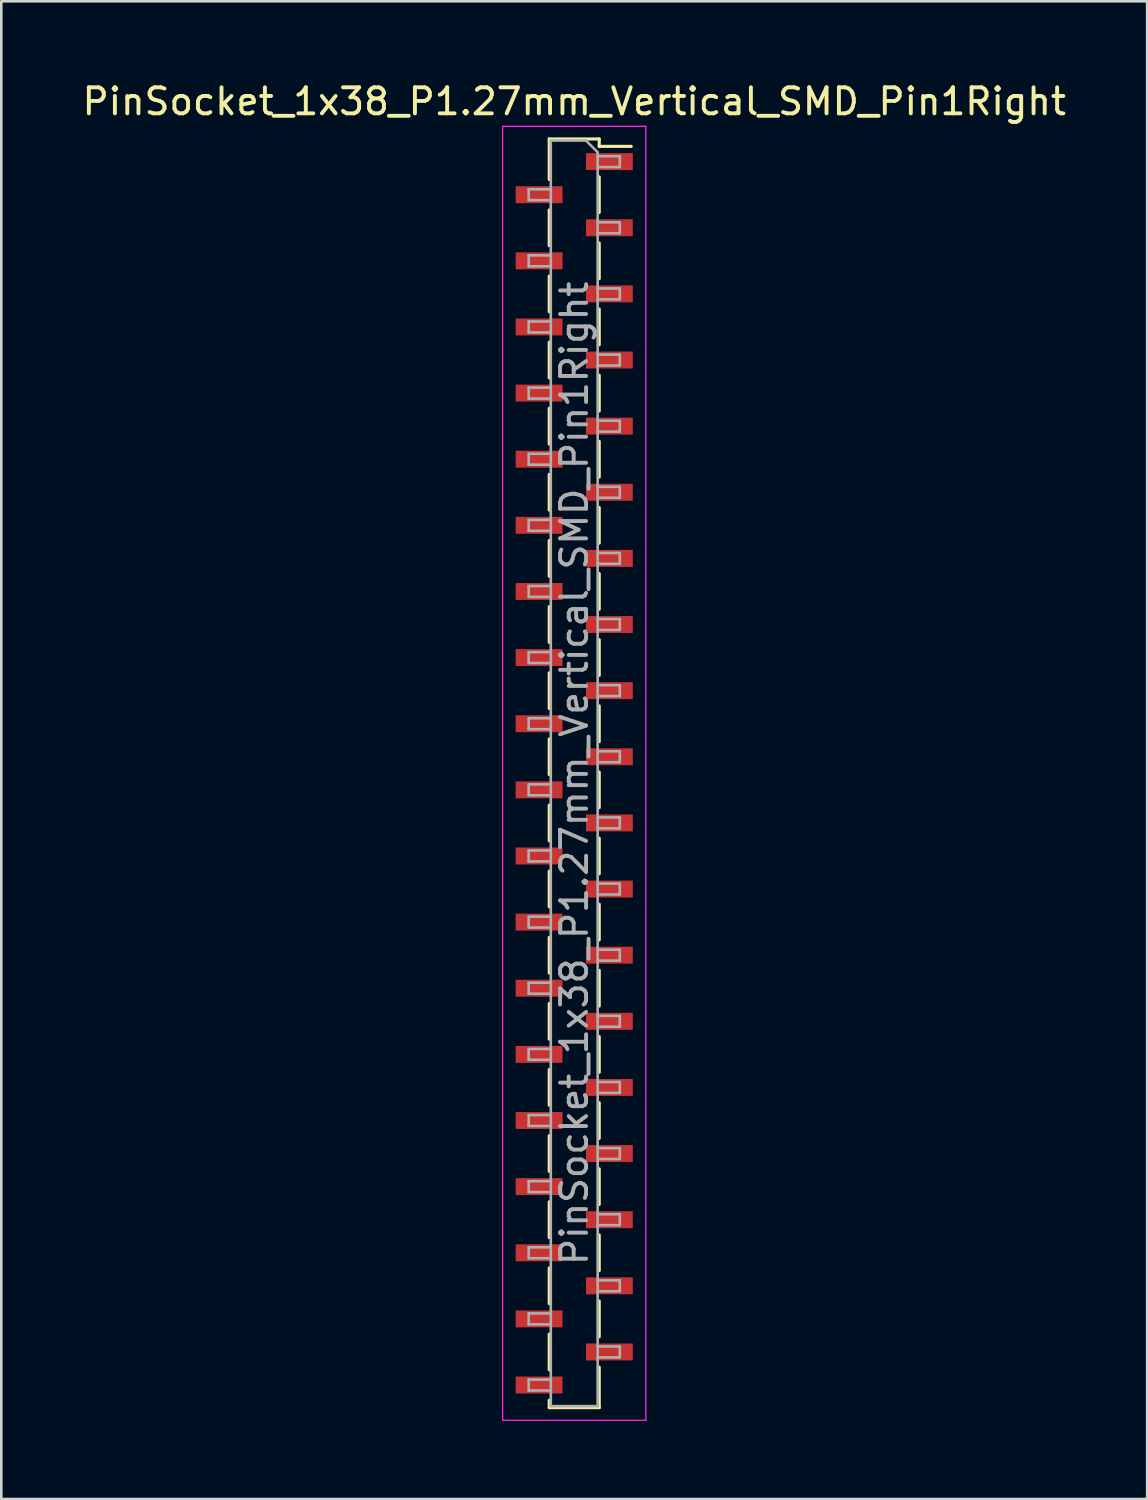
<source format=kicad_pcb>
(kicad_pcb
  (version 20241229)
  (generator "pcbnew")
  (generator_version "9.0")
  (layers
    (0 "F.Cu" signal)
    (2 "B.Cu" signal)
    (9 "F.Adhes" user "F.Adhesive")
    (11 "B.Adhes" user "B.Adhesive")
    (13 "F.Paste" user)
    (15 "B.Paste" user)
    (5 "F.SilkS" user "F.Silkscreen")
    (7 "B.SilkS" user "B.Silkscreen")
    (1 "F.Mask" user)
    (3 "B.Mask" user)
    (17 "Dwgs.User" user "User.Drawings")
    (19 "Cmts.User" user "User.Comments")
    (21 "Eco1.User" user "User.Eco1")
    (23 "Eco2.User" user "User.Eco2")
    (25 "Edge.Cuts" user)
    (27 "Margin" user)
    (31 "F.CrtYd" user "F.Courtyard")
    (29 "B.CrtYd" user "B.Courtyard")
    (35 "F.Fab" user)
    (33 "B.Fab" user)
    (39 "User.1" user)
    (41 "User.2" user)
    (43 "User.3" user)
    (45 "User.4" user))
  (footprint "PinSocket_1x38_P1.27mm_Vertical_SMD_Pin1Right"
    (layer "F.Cu")
    (at 19.006 26.653)
    (property "Reference" "PinSocket_1x38_P1.27mm_Vertical_SMD_Pin1Right" (at 0 -25.805 0) (layer "F.SilkS") (effects (font (size 1 1) (thickness 0.15))))
    (attr smd)
    (fp_line (start -0.96 -24.365) (end -0.96 -22.81) (stroke (width 0.12) (type solid)) (layer "F.SilkS"))
    (fp_line (start -0.96 -24.365) (end 0.96 -24.365) (stroke (width 0.12) (type solid)) (layer "F.SilkS"))
    (fp_line (start -0.96 -21.64) (end -0.96 -20.27) (stroke (width 0.12) (type solid)) (layer "F.SilkS"))
    (fp_line (start -0.96 -19.1) (end -0.96 -17.73) (stroke (width 0.12) (type solid)) (layer "F.SilkS"))
    (fp_line (start -0.96 -16.56) (end -0.96 -15.19) (stroke (width 0.12) (type solid)) (layer "F.SilkS"))
    (fp_line (start -0.96 -14.02) (end -0.96 -12.65) (stroke (width 0.12) (type solid)) (layer "F.SilkS"))
    (fp_line (start -0.96 -11.48) (end -0.96 -10.11) (stroke (width 0.12) (type solid)) (layer "F.SilkS"))
    (fp_line (start -0.96 -8.94) (end -0.96 -7.57) (stroke (width 0.12) (type solid)) (layer "F.SilkS"))
    (fp_line (start -0.96 -6.4) (end -0.96 -5.03) (stroke (width 0.12) (type solid)) (layer "F.SilkS"))
    (fp_line (start -0.96 -3.86) (end -0.96 -2.49) (stroke (width 0.12) (type solid)) (layer "F.SilkS"))
    (fp_line (start -0.96 -1.32) (end -0.96 0.05) (stroke (width 0.12) (type solid)) (layer "F.SilkS"))
    (fp_line (start -0.96 1.22) (end -0.96 2.59) (stroke (width 0.12) (type solid)) (layer "F.SilkS"))
    (fp_line (start -0.96 3.76) (end -0.96 5.13) (stroke (width 0.12) (type solid)) (layer "F.SilkS"))
    (fp_line (start -0.96 6.3) (end -0.96 7.67) (stroke (width 0.12) (type solid)) (layer "F.SilkS"))
    (fp_line (start -0.96 8.84) (end -0.96 10.21) (stroke (width 0.12) (type solid)) (layer "F.SilkS"))
    (fp_line (start -0.96 11.38) (end -0.96 12.75) (stroke (width 0.12) (type solid)) (layer "F.SilkS"))
    (fp_line (start -0.96 13.92) (end -0.96 15.29) (stroke (width 0.12) (type solid)) (layer "F.SilkS"))
    (fp_line (start -0.96 16.46) (end -0.96 17.83) (stroke (width 0.12) (type solid)) (layer "F.SilkS"))
    (fp_line (start -0.96 19) (end -0.96 20.37) (stroke (width 0.12) (type solid)) (layer "F.SilkS"))
    (fp_line (start -0.96 21.54) (end -0.96 22.91) (stroke (width 0.12) (type solid)) (layer "F.SilkS"))
    (fp_line (start -0.96 24.08) (end -0.96 24.365) (stroke (width 0.12) (type solid)) (layer "F.SilkS"))
    (fp_line (start -0.96 24.365) (end 0.96 24.365) (stroke (width 0.12) (type solid)) (layer "F.SilkS"))
    (fp_line (start 0.96 -24.365) (end 0.96 -24.08) (stroke (width 0.12) (type solid)) (layer "F.SilkS"))
    (fp_line (start 0.96 -24.08) (end 2.19 -24.08) (stroke (width 0.12) (type solid)) (layer "F.SilkS"))
    (fp_line (start 0.96 -22.91) (end 0.96 -21.54) (stroke (width 0.12) (type solid)) (layer "F.SilkS"))
    (fp_line (start 0.96 -20.37) (end 0.96 -19) (stroke (width 0.12) (type solid)) (layer "F.SilkS"))
    (fp_line (start 0.96 -17.83) (end 0.96 -16.46) (stroke (width 0.12) (type solid)) (layer "F.SilkS"))
    (fp_line (start 0.96 -15.29) (end 0.96 -13.92) (stroke (width 0.12) (type solid)) (layer "F.SilkS"))
    (fp_line (start 0.96 -12.75) (end 0.96 -11.38) (stroke (width 0.12) (type solid)) (layer "F.SilkS"))
    (fp_line (start 0.96 -10.21) (end 0.96 -8.84) (stroke (width 0.12) (type solid)) (layer "F.SilkS"))
    (fp_line (start 0.96 -7.67) (end 0.96 -6.3) (stroke (width 0.12) (type solid)) (layer "F.SilkS"))
    (fp_line (start 0.96 -5.13) (end 0.96 -3.76) (stroke (width 0.12) (type solid)) (layer "F.SilkS"))
    (fp_line (start 0.96 -2.59) (end 0.96 -1.22) (stroke (width 0.12) (type solid)) (layer "F.SilkS"))
    (fp_line (start 0.96 -0.05) (end 0.96 1.32) (stroke (width 0.12) (type solid)) (layer "F.SilkS"))
    (fp_line (start 0.96 2.49) (end 0.96 3.86) (stroke (width 0.12) (type solid)) (layer "F.SilkS"))
    (fp_line (start 0.96 5.03) (end 0.96 6.4) (stroke (width 0.12) (type solid)) (layer "F.SilkS"))
    (fp_line (start 0.96 7.57) (end 0.96 8.94) (stroke (width 0.12) (type solid)) (layer "F.SilkS"))
    (fp_line (start 0.96 10.11) (end 0.96 11.48) (stroke (width 0.12) (type solid)) (layer "F.SilkS"))
    (fp_line (start 0.96 12.65) (end 0.96 14.02) (stroke (width 0.12) (type solid)) (layer "F.SilkS"))
    (fp_line (start 0.96 15.19) (end 0.96 16.56) (stroke (width 0.12) (type solid)) (layer "F.SilkS"))
    (fp_line (start 0.96 17.73) (end 0.96 19.1) (stroke (width 0.12) (type solid)) (layer "F.SilkS"))
    (fp_line (start 0.96 20.27) (end 0.96 21.64) (stroke (width 0.12) (type solid)) (layer "F.SilkS"))
    (fp_line (start 0.96 22.81) (end 0.96 24.365) (stroke (width 0.12) (type solid)) (layer "F.SilkS"))
    (fp_line (start -2.75 -24.85) (end 2.75 -24.85) (stroke (width 0.05) (type solid)) (layer "F.CrtYd"))
    (fp_line (start -2.75 24.85) (end -2.75 -24.85) (stroke (width 0.05) (type solid)) (layer "F.CrtYd"))
    (fp_line (start 2.75 -24.85) (end 2.75 24.85) (stroke (width 0.05) (type solid)) (layer "F.CrtYd"))
    (fp_line (start 2.75 24.85) (end -2.75 24.85) (stroke (width 0.05) (type solid)) (layer "F.CrtYd"))
    (fp_line (start -1.75 -22.435) (end -0.9 -22.435) (stroke (width 0.1) (type solid)) (layer "F.Fab"))
    (fp_line (start -1.75 -22.015) (end -1.75 -22.435) (stroke (width 0.1) (type solid)) (layer "F.Fab"))
    (fp_line (start -1.75 -19.895) (end -0.9 -19.895) (stroke (width 0.1) (type solid)) (layer "F.Fab"))
    (fp_line (start -1.75 -19.475) (end -1.75 -19.895) (stroke (width 0.1) (type solid)) (layer "F.Fab"))
    (fp_line (start -1.75 -17.355) (end -0.9 -17.355) (stroke (width 0.1) (type solid)) (layer "F.Fab"))
    (fp_line (start -1.75 -16.935) (end -1.75 -17.355) (stroke (width 0.1) (type solid)) (layer "F.Fab"))
    (fp_line (start -1.75 -14.815) (end -0.9 -14.815) (stroke (width 0.1) (type solid)) (layer "F.Fab"))
    (fp_line (start -1.75 -14.395) (end -1.75 -14.815) (stroke (width 0.1) (type solid)) (layer "F.Fab"))
    (fp_line (start -1.75 -12.275) (end -0.9 -12.275) (stroke (width 0.1) (type solid)) (layer "F.Fab"))
    (fp_line (start -1.75 -11.855) (end -1.75 -12.275) (stroke (width 0.1) (type solid)) (layer "F.Fab"))
    (fp_line (start -1.75 -9.735) (end -0.9 -9.735) (stroke (width 0.1) (type solid)) (layer "F.Fab"))
    (fp_line (start -1.75 -9.315) (end -1.75 -9.735) (stroke (width 0.1) (type solid)) (layer "F.Fab"))
    (fp_line (start -1.75 -7.195) (end -0.9 -7.195) (stroke (width 0.1) (type solid)) (layer "F.Fab"))
    (fp_line (start -1.75 -6.775) (end -1.75 -7.195) (stroke (width 0.1) (type solid)) (layer "F.Fab"))
    (fp_line (start -1.75 -4.655) (end -0.9 -4.655) (stroke (width 0.1) (type solid)) (layer "F.Fab"))
    (fp_line (start -1.75 -4.235) (end -1.75 -4.655) (stroke (width 0.1) (type solid)) (layer "F.Fab"))
    (fp_line (start -1.75 -2.115) (end -0.9 -2.115) (stroke (width 0.1) (type solid)) (layer "F.Fab"))
    (fp_line (start -1.75 -1.695) (end -1.75 -2.115) (stroke (width 0.1) (type solid)) (layer "F.Fab"))
    (fp_line (start -1.75 0.425) (end -0.9 0.425) (stroke (width 0.1) (type solid)) (layer "F.Fab"))
    (fp_line (start -1.75 0.845) (end -1.75 0.425) (stroke (width 0.1) (type solid)) (layer "F.Fab"))
    (fp_line (start -1.75 2.965) (end -0.9 2.965) (stroke (width 0.1) (type solid)) (layer "F.Fab"))
    (fp_line (start -1.75 3.385) (end -1.75 2.965) (stroke (width 0.1) (type solid)) (layer "F.Fab"))
    (fp_line (start -1.75 5.505) (end -0.9 5.505) (stroke (width 0.1) (type solid)) (layer "F.Fab"))
    (fp_line (start -1.75 5.925) (end -1.75 5.505) (stroke (width 0.1) (type solid)) (layer "F.Fab"))
    (fp_line (start -1.75 8.045) (end -0.9 8.045) (stroke (width 0.1) (type solid)) (layer "F.Fab"))
    (fp_line (start -1.75 8.465) (end -1.75 8.045) (stroke (width 0.1) (type solid)) (layer "F.Fab"))
    (fp_line (start -1.75 10.585) (end -0.9 10.585) (stroke (width 0.1) (type solid)) (layer "F.Fab"))
    (fp_line (start -1.75 11.005) (end -1.75 10.585) (stroke (width 0.1) (type solid)) (layer "F.Fab"))
    (fp_line (start -1.75 13.125) (end -0.9 13.125) (stroke (width 0.1) (type solid)) (layer "F.Fab"))
    (fp_line (start -1.75 13.545) (end -1.75 13.125) (stroke (width 0.1) (type solid)) (layer "F.Fab"))
    (fp_line (start -1.75 15.665) (end -0.9 15.665) (stroke (width 0.1) (type solid)) (layer "F.Fab"))
    (fp_line (start -1.75 16.085) (end -1.75 15.665) (stroke (width 0.1) (type solid)) (layer "F.Fab"))
    (fp_line (start -1.75 18.205) (end -0.9 18.205) (stroke (width 0.1) (type solid)) (layer "F.Fab"))
    (fp_line (start -1.75 18.625) (end -1.75 18.205) (stroke (width 0.1) (type solid)) (layer "F.Fab"))
    (fp_line (start -1.75 20.745) (end -0.9 20.745) (stroke (width 0.1) (type solid)) (layer "F.Fab"))
    (fp_line (start -1.75 21.165) (end -1.75 20.745) (stroke (width 0.1) (type solid)) (layer "F.Fab"))
    (fp_line (start -1.75 23.285) (end -0.9 23.285) (stroke (width 0.1) (type solid)) (layer "F.Fab"))
    (fp_line (start -1.75 23.705) (end -1.75 23.285) (stroke (width 0.1) (type solid)) (layer "F.Fab"))
    (fp_line (start -0.9 -24.305) (end 0.45 -24.305) (stroke (width 0.1) (type solid)) (layer "F.Fab"))
    (fp_line (start -0.9 -22.015) (end -1.75 -22.015) (stroke (width 0.1) (type solid)) (layer "F.Fab"))
    (fp_line (start -0.9 -19.475) (end -1.75 -19.475) (stroke (width 0.1) (type solid)) (layer "F.Fab"))
    (fp_line (start -0.9 -16.935) (end -1.75 -16.935) (stroke (width 0.1) (type solid)) (layer "F.Fab"))
    (fp_line (start -0.9 -14.395) (end -1.75 -14.395) (stroke (width 0.1) (type solid)) (layer "F.Fab"))
    (fp_line (start -0.9 -11.855) (end -1.75 -11.855) (stroke (width 0.1) (type solid)) (layer "F.Fab"))
    (fp_line (start -0.9 -9.315) (end -1.75 -9.315) (stroke (width 0.1) (type solid)) (layer "F.Fab"))
    (fp_line (start -0.9 -6.775) (end -1.75 -6.775) (stroke (width 0.1) (type solid)) (layer "F.Fab"))
    (fp_line (start -0.9 -4.235) (end -1.75 -4.235) (stroke (width 0.1) (type solid)) (layer "F.Fab"))
    (fp_line (start -0.9 -1.695) (end -1.75 -1.695) (stroke (width 0.1) (type solid)) (layer "F.Fab"))
    (fp_line (start -0.9 0.845) (end -1.75 0.845) (stroke (width 0.1) (type solid)) (layer "F.Fab"))
    (fp_line (start -0.9 3.385) (end -1.75 3.385) (stroke (width 0.1) (type solid)) (layer "F.Fab"))
    (fp_line (start -0.9 5.925) (end -1.75 5.925) (stroke (width 0.1) (type solid)) (layer "F.Fab"))
    (fp_line (start -0.9 8.465) (end -1.75 8.465) (stroke (width 0.1) (type solid)) (layer "F.Fab"))
    (fp_line (start -0.9 11.005) (end -1.75 11.005) (stroke (width 0.1) (type solid)) (layer "F.Fab"))
    (fp_line (start -0.9 13.545) (end -1.75 13.545) (stroke (width 0.1) (type solid)) (layer "F.Fab"))
    (fp_line (start -0.9 16.085) (end -1.75 16.085) (stroke (width 0.1) (type solid)) (layer "F.Fab"))
    (fp_line (start -0.9 18.625) (end -1.75 18.625) (stroke (width 0.1) (type solid)) (layer "F.Fab"))
    (fp_line (start -0.9 21.165) (end -1.75 21.165) (stroke (width 0.1) (type solid)) (layer "F.Fab"))
    (fp_line (start -0.9 23.705) (end -1.75 23.705) (stroke (width 0.1) (type solid)) (layer "F.Fab"))
    (fp_line (start -0.9 24.305) (end -0.9 -24.305) (stroke (width 0.1) (type solid)) (layer "F.Fab"))
    (fp_line (start 0.45 -24.305) (end 0.9 -23.855) (stroke (width 0.1) (type solid)) (layer "F.Fab"))
    (fp_line (start 0.9 -23.855) (end 0.9 24.305) (stroke (width 0.1) (type solid)) (layer "F.Fab"))
    (fp_line (start 0.9 -23.705) (end 1.75 -23.705) (stroke (width 0.1) (type solid)) (layer "F.Fab"))
    (fp_line (start 0.9 -21.165) (end 1.75 -21.165) (stroke (width 0.1) (type solid)) (layer "F.Fab"))
    (fp_line (start 0.9 -18.625) (end 1.75 -18.625) (stroke (width 0.1) (type solid)) (layer "F.Fab"))
    (fp_line (start 0.9 -16.085) (end 1.75 -16.085) (stroke (width 0.1) (type solid)) (layer "F.Fab"))
    (fp_line (start 0.9 -13.545) (end 1.75 -13.545) (stroke (width 0.1) (type solid)) (layer "F.Fab"))
    (fp_line (start 0.9 -11.005) (end 1.75 -11.005) (stroke (width 0.1) (type solid)) (layer "F.Fab"))
    (fp_line (start 0.9 -8.465) (end 1.75 -8.465) (stroke (width 0.1) (type solid)) (layer "F.Fab"))
    (fp_line (start 0.9 -5.925) (end 1.75 -5.925) (stroke (width 0.1) (type solid)) (layer "F.Fab"))
    (fp_line (start 0.9 -3.385) (end 1.75 -3.385) (stroke (width 0.1) (type solid)) (layer "F.Fab"))
    (fp_line (start 0.9 -0.845) (end 1.75 -0.845) (stroke (width 0.1) (type solid)) (layer "F.Fab"))
    (fp_line (start 0.9 1.695) (end 1.75 1.695) (stroke (width 0.1) (type solid)) (layer "F.Fab"))
    (fp_line (start 0.9 4.235) (end 1.75 4.235) (stroke (width 0.1) (type solid)) (layer "F.Fab"))
    (fp_line (start 0.9 6.775) (end 1.75 6.775) (stroke (width 0.1) (type solid)) (layer "F.Fab"))
    (fp_line (start 0.9 9.315) (end 1.75 9.315) (stroke (width 0.1) (type solid)) (layer "F.Fab"))
    (fp_line (start 0.9 11.855) (end 1.75 11.855) (stroke (width 0.1) (type solid)) (layer "F.Fab"))
    (fp_line (start 0.9 14.395) (end 1.75 14.395) (stroke (width 0.1) (type solid)) (layer "F.Fab"))
    (fp_line (start 0.9 16.935) (end 1.75 16.935) (stroke (width 0.1) (type solid)) (layer "F.Fab"))
    (fp_line (start 0.9 19.475) (end 1.75 19.475) (stroke (width 0.1) (type solid)) (layer "F.Fab"))
    (fp_line (start 0.9 22.015) (end 1.75 22.015) (stroke (width 0.1) (type solid)) (layer "F.Fab"))
    (fp_line (start 0.9 24.305) (end -0.9 24.305) (stroke (width 0.1) (type solid)) (layer "F.Fab"))
    (fp_line (start 1.75 -23.705) (end 1.75 -23.285) (stroke (width 0.1) (type solid)) (layer "F.Fab"))
    (fp_line (start 1.75 -23.285) (end 0.9 -23.285) (stroke (width 0.1) (type solid)) (layer "F.Fab"))
    (fp_line (start 1.75 -21.165) (end 1.75 -20.745) (stroke (width 0.1) (type solid)) (layer "F.Fab"))
    (fp_line (start 1.75 -20.745) (end 0.9 -20.745) (stroke (width 0.1) (type solid)) (layer "F.Fab"))
    (fp_line (start 1.75 -18.625) (end 1.75 -18.205) (stroke (width 0.1) (type solid)) (layer "F.Fab"))
    (fp_line (start 1.75 -18.205) (end 0.9 -18.205) (stroke (width 0.1) (type solid)) (layer "F.Fab"))
    (fp_line (start 1.75 -16.085) (end 1.75 -15.665) (stroke (width 0.1) (type solid)) (layer "F.Fab"))
    (fp_line (start 1.75 -15.665) (end 0.9 -15.665) (stroke (width 0.1) (type solid)) (layer "F.Fab"))
    (fp_line (start 1.75 -13.545) (end 1.75 -13.125) (stroke (width 0.1) (type solid)) (layer "F.Fab"))
    (fp_line (start 1.75 -13.125) (end 0.9 -13.125) (stroke (width 0.1) (type solid)) (layer "F.Fab"))
    (fp_line (start 1.75 -11.005) (end 1.75 -10.585) (stroke (width 0.1) (type solid)) (layer "F.Fab"))
    (fp_line (start 1.75 -10.585) (end 0.9 -10.585) (stroke (width 0.1) (type solid)) (layer "F.Fab"))
    (fp_line (start 1.75 -8.465) (end 1.75 -8.045) (stroke (width 0.1) (type solid)) (layer "F.Fab"))
    (fp_line (start 1.75 -8.045) (end 0.9 -8.045) (stroke (width 0.1) (type solid)) (layer "F.Fab"))
    (fp_line (start 1.75 -5.925) (end 1.75 -5.505) (stroke (width 0.1) (type solid)) (layer "F.Fab"))
    (fp_line (start 1.75 -5.505) (end 0.9 -5.505) (stroke (width 0.1) (type solid)) (layer "F.Fab"))
    (fp_line (start 1.75 -3.385) (end 1.75 -2.965) (stroke (width 0.1) (type solid)) (layer "F.Fab"))
    (fp_line (start 1.75 -2.965) (end 0.9 -2.965) (stroke (width 0.1) (type solid)) (layer "F.Fab"))
    (fp_line (start 1.75 -0.845) (end 1.75 -0.425) (stroke (width 0.1) (type solid)) (layer "F.Fab"))
    (fp_line (start 1.75 -0.425) (end 0.9 -0.425) (stroke (width 0.1) (type solid)) (layer "F.Fab"))
    (fp_line (start 1.75 1.695) (end 1.75 2.115) (stroke (width 0.1) (type solid)) (layer "F.Fab"))
    (fp_line (start 1.75 2.115) (end 0.9 2.115) (stroke (width 0.1) (type solid)) (layer "F.Fab"))
    (fp_line (start 1.75 4.235) (end 1.75 4.655) (stroke (width 0.1) (type solid)) (layer "F.Fab"))
    (fp_line (start 1.75 4.655) (end 0.9 4.655) (stroke (width 0.1) (type solid)) (layer "F.Fab"))
    (fp_line (start 1.75 6.775) (end 1.75 7.195) (stroke (width 0.1) (type solid)) (layer "F.Fab"))
    (fp_line (start 1.75 7.195) (end 0.9 7.195) (stroke (width 0.1) (type solid)) (layer "F.Fab"))
    (fp_line (start 1.75 9.315) (end 1.75 9.735) (stroke (width 0.1) (type solid)) (layer "F.Fab"))
    (fp_line (start 1.75 9.735) (end 0.9 9.735) (stroke (width 0.1) (type solid)) (layer "F.Fab"))
    (fp_line (start 1.75 11.855) (end 1.75 12.275) (stroke (width 0.1) (type solid)) (layer "F.Fab"))
    (fp_line (start 1.75 12.275) (end 0.9 12.275) (stroke (width 0.1) (type solid)) (layer "F.Fab"))
    (fp_line (start 1.75 14.395) (end 1.75 14.815) (stroke (width 0.1) (type solid)) (layer "F.Fab"))
    (fp_line (start 1.75 14.815) (end 0.9 14.815) (stroke (width 0.1) (type solid)) (layer "F.Fab"))
    (fp_line (start 1.75 16.935) (end 1.75 17.355) (stroke (width 0.1) (type solid)) (layer "F.Fab"))
    (fp_line (start 1.75 17.355) (end 0.9 17.355) (stroke (width 0.1) (type solid)) (layer "F.Fab"))
    (fp_line (start 1.75 19.475) (end 1.75 19.895) (stroke (width 0.1) (type solid)) (layer "F.Fab"))
    (fp_line (start 1.75 19.895) (end 0.9 19.895) (stroke (width 0.1) (type solid)) (layer "F.Fab"))
    (fp_line (start 1.75 22.015) (end 1.75 22.435) (stroke (width 0.1) (type solid)) (layer "F.Fab"))
    (fp_line (start 1.75 22.435) (end 0.9 22.435) (stroke (width 0.1) (type solid)) (layer "F.Fab"))
    (fp_text user "${REFERENCE}" (at 0 0 90) (layer "F.Fab") (effects (font (size 1 1) (thickness 0.15))))
    (pad "1" smd rect (at 1.35 -23.495) (size 1.8 0.65) (layers "F.Cu" "F.Mask" "F.Paste"))
    (pad "2" smd rect (at -1.35 -22.225) (size 1.8 0.65) (layers "F.Cu" "F.Mask" "F.Paste"))
    (pad "3" smd rect (at 1.35 -20.955) (size 1.8 0.65) (layers "F.Cu" "F.Mask" "F.Paste"))
    (pad "4" smd rect (at -1.35 -19.685) (size 1.8 0.65) (layers "F.Cu" "F.Mask" "F.Paste"))
    (pad "5" smd rect (at 1.35 -18.415) (size 1.8 0.65) (layers "F.Cu" "F.Mask" "F.Paste"))
    (pad "6" smd rect (at -1.35 -17.145) (size 1.8 0.65) (layers "F.Cu" "F.Mask" "F.Paste"))
    (pad "7" smd rect (at 1.35 -15.875) (size 1.8 0.65) (layers "F.Cu" "F.Mask" "F.Paste"))
    (pad "8" smd rect (at -1.35 -14.605) (size 1.8 0.65) (layers "F.Cu" "F.Mask" "F.Paste"))
    (pad "9" smd rect (at 1.35 -13.335) (size 1.8 0.65) (layers "F.Cu" "F.Mask" "F.Paste"))
    (pad "10" smd rect (at -1.35 -12.065) (size 1.8 0.65) (layers "F.Cu" "F.Mask" "F.Paste"))
    (pad "11" smd rect (at 1.35 -10.795) (size 1.8 0.65) (layers "F.Cu" "F.Mask" "F.Paste"))
    (pad "12" smd rect (at -1.35 -9.525) (size 1.8 0.65) (layers "F.Cu" "F.Mask" "F.Paste"))
    (pad "13" smd rect (at 1.35 -8.255) (size 1.8 0.65) (layers "F.Cu" "F.Mask" "F.Paste"))
    (pad "14" smd rect (at -1.35 -6.985) (size 1.8 0.65) (layers "F.Cu" "F.Mask" "F.Paste"))
    (pad "15" smd rect (at 1.35 -5.715) (size 1.8 0.65) (layers "F.Cu" "F.Mask" "F.Paste"))
    (pad "16" smd rect (at -1.35 -4.445) (size 1.8 0.65) (layers "F.Cu" "F.Mask" "F.Paste"))
    (pad "17" smd rect (at 1.35 -3.175) (size 1.8 0.65) (layers "F.Cu" "F.Mask" "F.Paste"))
    (pad "18" smd rect (at -1.35 -1.905) (size 1.8 0.65) (layers "F.Cu" "F.Mask" "F.Paste"))
    (pad "19" smd rect (at 1.35 -0.635) (size 1.8 0.65) (layers "F.Cu" "F.Mask" "F.Paste"))
    (pad "20" smd rect (at -1.35 0.635) (size 1.8 0.65) (layers "F.Cu" "F.Mask" "F.Paste"))
    (pad "21" smd rect (at 1.35 1.905) (size 1.8 0.65) (layers "F.Cu" "F.Mask" "F.Paste"))
    (pad "22" smd rect (at -1.35 3.175) (size 1.8 0.65) (layers "F.Cu" "F.Mask" "F.Paste"))
    (pad "23" smd rect (at 1.35 4.445) (size 1.8 0.65) (layers "F.Cu" "F.Mask" "F.Paste"))
    (pad "24" smd rect (at -1.35 5.715) (size 1.8 0.65) (layers "F.Cu" "F.Mask" "F.Paste"))
    (pad "25" smd rect (at 1.35 6.985) (size 1.8 0.65) (layers "F.Cu" "F.Mask" "F.Paste"))
    (pad "26" smd rect (at -1.35 8.255) (size 1.8 0.65) (layers "F.Cu" "F.Mask" "F.Paste"))
    (pad "27" smd rect (at 1.35 9.525) (size 1.8 0.65) (layers "F.Cu" "F.Mask" "F.Paste"))
    (pad "28" smd rect (at -1.35 10.795) (size 1.8 0.65) (layers "F.Cu" "F.Mask" "F.Paste"))
    (pad "29" smd rect (at 1.35 12.065) (size 1.8 0.65) (layers "F.Cu" "F.Mask" "F.Paste"))
    (pad "30" smd rect (at -1.35 13.335) (size 1.8 0.65) (layers "F.Cu" "F.Mask" "F.Paste"))
    (pad "31" smd rect (at 1.35 14.605) (size 1.8 0.65) (layers "F.Cu" "F.Mask" "F.Paste"))
    (pad "32" smd rect (at -1.35 15.875) (size 1.8 0.65) (layers "F.Cu" "F.Mask" "F.Paste"))
    (pad "33" smd rect (at 1.35 17.145) (size 1.8 0.65) (layers "F.Cu" "F.Mask" "F.Paste"))
    (pad "34" smd rect (at -1.35 18.415) (size 1.8 0.65) (layers "F.Cu" "F.Mask" "F.Paste"))
    (pad "35" smd rect (at 1.35 19.685) (size 1.8 0.65) (layers "F.Cu" "F.Mask" "F.Paste"))
    (pad "36" smd rect (at -1.35 20.955) (size 1.8 0.65) (layers "F.Cu" "F.Mask" "F.Paste"))
    (pad "37" smd rect (at 1.35 22.225) (size 1.8 0.65) (layers "F.Cu" "F.Mask" "F.Paste"))
    (pad "38" smd rect (at -1.35 23.495) (size 1.8 0.65) (layers "F.Cu" "F.Mask" "F.Paste")))
  (gr_rect
    (start -3 -3)
    (end 41.012 54.528)
    (stroke (width 0.1) (type default))
    (fill no)
    (layer "Edge.Cuts")))
</source>
